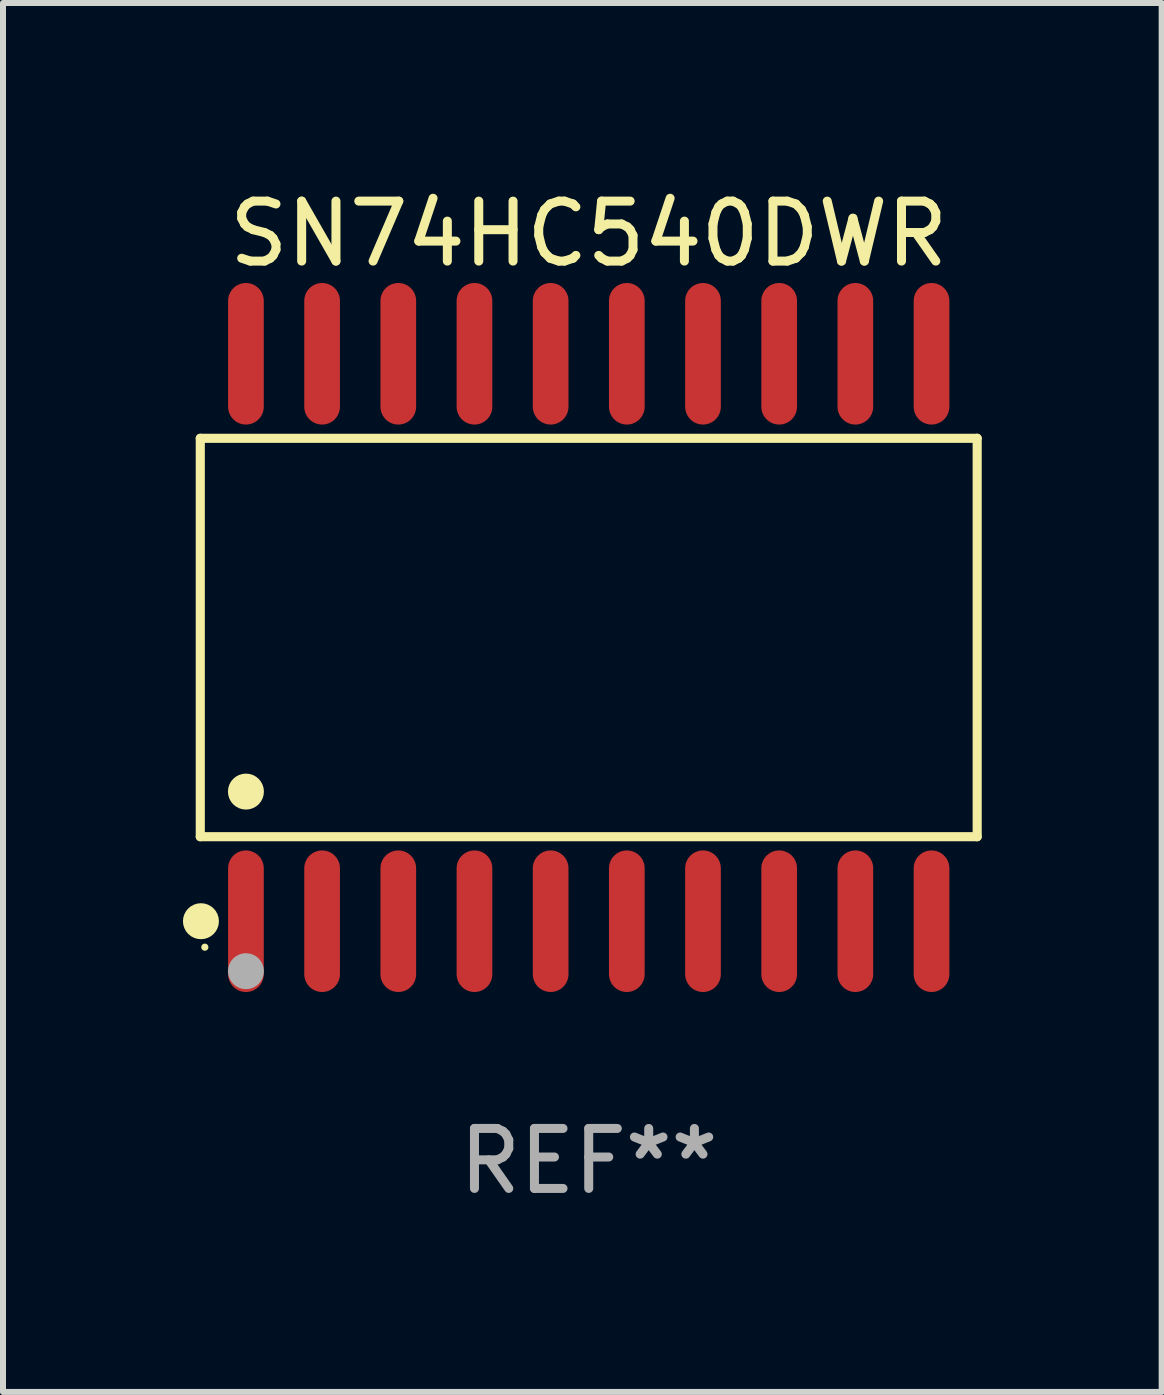
<source format=kicad_pcb>
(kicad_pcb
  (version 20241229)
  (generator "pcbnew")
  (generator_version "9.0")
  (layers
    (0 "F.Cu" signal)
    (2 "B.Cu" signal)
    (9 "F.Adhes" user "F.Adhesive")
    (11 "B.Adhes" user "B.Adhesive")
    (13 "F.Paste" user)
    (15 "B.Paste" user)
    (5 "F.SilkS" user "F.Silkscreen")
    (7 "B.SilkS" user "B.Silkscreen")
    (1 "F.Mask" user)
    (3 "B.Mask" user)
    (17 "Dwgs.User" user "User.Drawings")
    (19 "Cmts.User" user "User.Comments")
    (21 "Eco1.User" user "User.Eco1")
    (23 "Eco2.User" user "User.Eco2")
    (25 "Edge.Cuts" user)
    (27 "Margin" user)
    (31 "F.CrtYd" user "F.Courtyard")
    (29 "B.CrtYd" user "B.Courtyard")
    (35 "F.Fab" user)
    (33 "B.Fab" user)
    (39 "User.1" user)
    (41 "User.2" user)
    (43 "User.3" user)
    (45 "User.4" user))
  (footprint "SN74HC540DWR"
    (layer "F.Cu")
    (at 6.765 7.578)
    (property "Reference" "SN74HC540DWR" (at 0 -6.73 0) (layer "F.SilkS") (effects (font (size 1 1) (thickness 0.15))))
    (attr through_hole)
    (fp_line (start -6.476 -3.321) (end 6.476 -3.321) (stroke (width 0.152) (type solid)) (layer "F.SilkS"))
    (fp_line (start -6.476 3.321) (end -6.476 -3.321) (stroke (width 0.152) (type solid)) (layer "F.SilkS"))
    (fp_line (start 6.476 -3.321) (end 6.476 3.321) (stroke (width 0.152) (type solid)) (layer "F.SilkS"))
    (fp_line (start 6.476 3.321) (end -6.476 3.321) (stroke (width 0.152) (type solid)) (layer "F.SilkS"))
    (fp_circle (center -6.465 4.73) (end -6.315 4.73) (stroke (width 0.3) (type solid)) (fill no) (layer "F.SilkS"))
    (fp_circle (center -6.4 5.163) (end -6.37 5.163) (stroke (width 0.06) (type solid)) (fill no) (layer "F.SilkS"))
    (fp_circle (center -5.715 2.569) (end -5.565 2.569) (stroke (width 0.3) (type solid)) (fill no) (layer "F.SilkS"))
    (fp_circle (center -5.715 5.563) (end -5.565 5.563) (stroke (width 0.3) (type solid)) (fill no) (layer "F.Fab"))
    (fp_text user "REF**" (at 0 8.73 0) (layer "F.Fab") (effects (font (size 1 1) (thickness 0.15))))
    (pad "1" smd oval (at -5.715 4.73) (size 0.595 2.36) (layers "F.Cu" "F.Mask" "F.Paste"))
    (pad "2" smd oval (at -4.445 4.73) (size 0.595 2.36) (layers "F.Cu" "F.Mask" "F.Paste"))
    (pad "3" smd oval (at -3.175 4.73) (size 0.595 2.36) (layers "F.Cu" "F.Mask" "F.Paste"))
    (pad "4" smd oval (at -1.905 4.73) (size 0.595 2.36) (layers "F.Cu" "F.Mask" "F.Paste"))
    (pad "5" smd oval (at -0.635 4.73) (size 0.595 2.36) (layers "F.Cu" "F.Mask" "F.Paste"))
    (pad "6" smd oval (at 0.635 4.73) (size 0.595 2.36) (layers "F.Cu" "F.Mask" "F.Paste"))
    (pad "7" smd oval (at 1.905 4.73) (size 0.595 2.36) (layers "F.Cu" "F.Mask" "F.Paste"))
    (pad "8" smd oval (at 3.175 4.73) (size 0.595 2.36) (layers "F.Cu" "F.Mask" "F.Paste"))
    (pad "9" smd oval (at 4.445 4.73) (size 0.595 2.36) (layers "F.Cu" "F.Mask" "F.Paste"))
    (pad "10" smd oval (at 5.715 4.73) (size 0.595 2.36) (layers "F.Cu" "F.Mask" "F.Paste"))
    (pad "11" smd oval (at 5.715 -4.73) (size 0.595 2.36) (layers "F.Cu" "F.Mask" "F.Paste"))
    (pad "12" smd oval (at 4.445 -4.73) (size 0.595 2.36) (layers "F.Cu" "F.Mask" "F.Paste"))
    (pad "13" smd oval (at 3.175 -4.73) (size 0.595 2.36) (layers "F.Cu" "F.Mask" "F.Paste"))
    (pad "14" smd oval (at 1.905 -4.73) (size 0.595 2.36) (layers "F.Cu" "F.Mask" "F.Paste"))
    (pad "15" smd oval (at 0.635 -4.73) (size 0.595 2.36) (layers "F.Cu" "F.Mask" "F.Paste"))
    (pad "16" smd oval (at -0.635 -4.73) (size 0.595 2.36) (layers "F.Cu" "F.Mask" "F.Paste"))
    (pad "17" smd oval (at -1.905 -4.73) (size 0.595 2.36) (layers "F.Cu" "F.Mask" "F.Paste"))
    (pad "18" smd oval (at -3.175 -4.73) (size 0.595 2.36) (layers "F.Cu" "F.Mask" "F.Paste"))
    (pad "19" smd oval (at -4.445 -4.73) (size 0.595 2.36) (layers "F.Cu" "F.Mask" "F.Paste"))
    (pad "20" smd oval (at -5.715 -4.73) (size 0.595 2.36) (layers "F.Cu" "F.Mask" "F.Paste")))
  (gr_rect
    (start -3 -3)
    (end 16.317 20.156)
    (stroke (width 0.1) (type default))
    (fill no)
    (layer "Edge.Cuts")))
</source>
